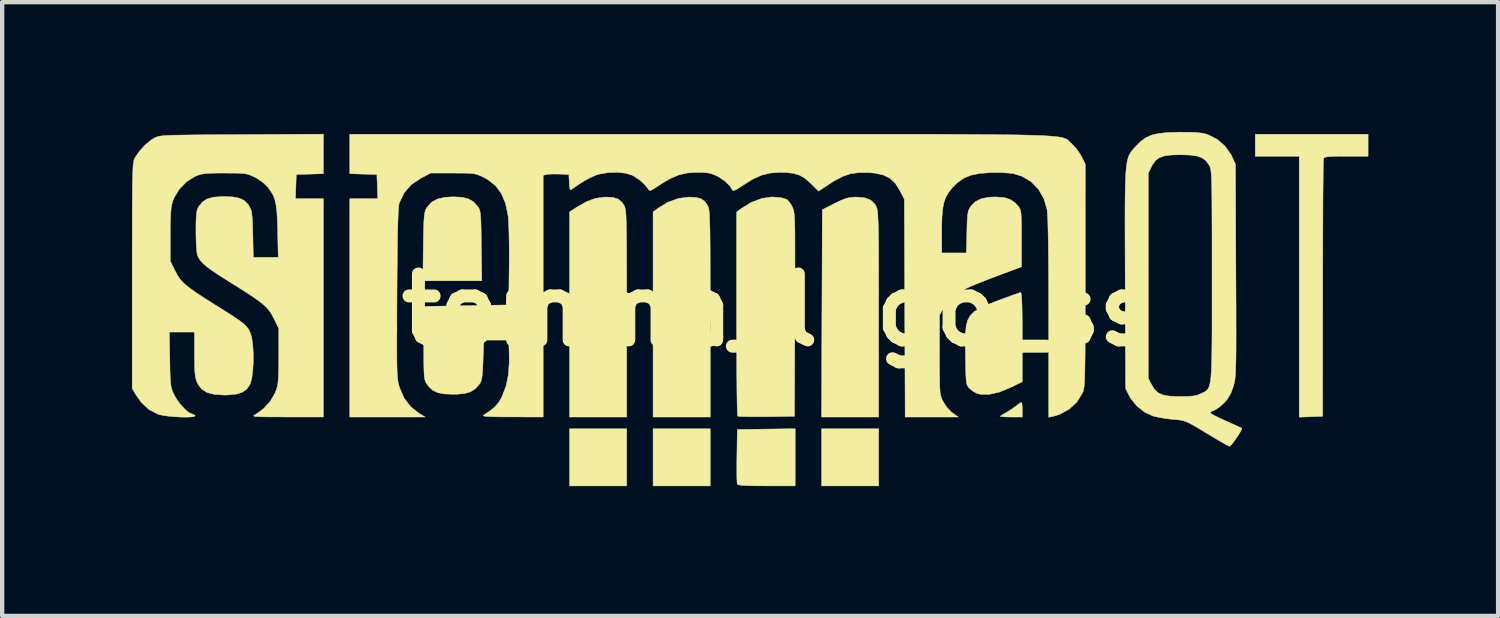
<source format=kicad_pcb>
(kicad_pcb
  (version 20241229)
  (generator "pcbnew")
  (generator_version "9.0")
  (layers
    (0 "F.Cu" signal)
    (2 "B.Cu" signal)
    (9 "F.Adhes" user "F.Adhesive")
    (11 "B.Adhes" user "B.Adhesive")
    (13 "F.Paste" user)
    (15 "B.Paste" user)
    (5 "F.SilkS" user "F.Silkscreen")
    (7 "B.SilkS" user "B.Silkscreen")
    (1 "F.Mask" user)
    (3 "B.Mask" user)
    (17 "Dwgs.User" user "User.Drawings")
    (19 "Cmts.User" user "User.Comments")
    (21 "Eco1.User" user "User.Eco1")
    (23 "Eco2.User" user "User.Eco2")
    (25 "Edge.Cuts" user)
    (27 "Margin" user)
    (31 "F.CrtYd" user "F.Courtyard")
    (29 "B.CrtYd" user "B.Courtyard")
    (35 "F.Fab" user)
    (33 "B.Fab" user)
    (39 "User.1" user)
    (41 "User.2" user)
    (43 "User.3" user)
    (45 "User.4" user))
  (footprint "stemma_logo_ss"
    (layer "F.Cu")
    (at 14.314 4.117)
    (property "Reference" "stemma_logo_ss" (at 0 0 0) (layer "F.SilkS") (effects (font (size 1.524 1.524) (thickness 0.3))))
    (attr through_hole)
    (fp_poly (pts (xy -2.879 4.064) (xy -4.199 4.064) (xy -4.199 2.743) (xy -2.879 2.743) (xy -2.879 4.064)) (stroke (width 0.01) (type solid)) (fill yes) (layer "F.SilkS"))
    (fp_poly (pts (xy -0.948 4.064) (xy -2.269 4.064) (xy -2.269 2.743) (xy -0.948 2.743) (xy -0.948 4.064)) (stroke (width 0.01) (type solid)) (fill yes) (layer "F.SilkS"))
    (fp_poly (pts (xy 2.946 4.064) (xy 1.626 4.064) (xy 1.626 2.743) (xy 2.946 2.743) (xy 2.946 4.064)) (stroke (width 0.01) (type solid)) (fill yes) (layer "F.SilkS"))
    (fp_poly (pts (xy 1.016 4.064) (xy 0.355 4.064) (xy 0.114 4.063) (xy -0.067 4.059) (xy -0.194 4.053) (xy -0.274 4.043) (xy -0.315 4.03) (xy -0.324 4.021) (xy -0.328 3.974) (xy -0.332 3.871) (xy -0.333 3.725) (xy -0.333 3.545) (xy -0.331 3.369) (xy -0.322 2.76) (xy 0.347 2.751) (xy 1.016 2.742) (xy 1.016 4.064)) (stroke (width 0.01) (type solid)) (fill yes) (layer "F.SilkS"))
    (fp_poly (pts (xy 6.257 2.164) (xy 6.264 2.242) (xy 6.265 2.303) (xy 6.265 2.472) (xy 6.011 2.472) (xy 5.89 2.47) (xy 5.8 2.465) (xy 5.758 2.458) (xy 5.757 2.456) (xy 5.784 2.432) (xy 5.851 2.393) (xy 5.867 2.384) (xy 5.966 2.326) (xy 6.075 2.251) (xy 6.101 2.231) (xy 6.178 2.173) (xy 6.233 2.138) (xy 6.245 2.134) (xy 6.257 2.164)) (stroke (width 0.01) (type solid)) (fill yes) (layer "F.SilkS"))
    (fp_poly (pts (xy -1.279 -2.604) (xy -1.164 -2.575) (xy -1.081 -2.516) (xy -1.014 -2.428) (xy -1.002 -2.405) (xy -0.991 -2.378) (xy -0.981 -2.341) (xy -0.974 -2.291) (xy -0.967 -2.222) (xy -0.962 -2.129) (xy -0.958 -2.007) (xy -0.954 -1.852) (xy -0.952 -1.658) (xy -0.95 -1.421) (xy -0.949 -1.136) (xy -0.949 -0.798) (xy -0.948 -0.403) (xy -0.948 0.056) (xy -0.948 0.076) (xy -0.948 2.472) (xy -2.269 2.472) (xy -2.269 -2.266) (xy -2.158 -2.351) (xy -1.926 -2.493) (xy -1.679 -2.582) (xy -1.442 -2.612) (xy -1.279 -2.604)) (stroke (width 0.01) (type solid)) (fill yes) (layer "F.SilkS"))
    (fp_poly (pts (xy 2.619 -2.596) (xy 2.76 -2.543) (xy 2.858 -2.45) (xy 2.891 -2.392) (xy 2.902 -2.364) (xy 2.911 -2.326) (xy 2.919 -2.272) (xy 2.926 -2.199) (xy 2.931 -2.1) (xy 2.936 -1.971) (xy 2.939 -1.808) (xy 2.942 -1.606) (xy 2.944 -1.359) (xy 2.945 -1.064) (xy 2.946 -0.714) (xy 2.946 -0.306) (xy 2.946 0.098) (xy 2.946 2.472) (xy 1.625 2.472) (xy 1.643 -2.32) (xy 1.93 -2.466) (xy 2.08 -2.538) (xy 2.193 -2.582) (xy 2.293 -2.605) (xy 2.4 -2.612) (xy 2.426 -2.612) (xy 2.619 -2.596)) (stroke (width 0.01) (type solid)) (fill yes) (layer "F.SilkS"))
    (fp_poly (pts (xy 14.258 -3.556) (xy 13.753 -3.556) (xy 13.553 -3.555) (xy 13.411 -3.551) (xy 13.316 -3.544) (xy 13.261 -3.531) (xy 13.234 -3.514) (xy 13.23 -3.505) (xy 13.227 -3.464) (xy 13.224 -3.361) (xy 13.221 -3.2) (xy 13.219 -2.985) (xy 13.216 -2.723) (xy 13.214 -2.418) (xy 13.213 -2.076) (xy 13.211 -1.7) (xy 13.21 -1.296) (xy 13.209 -0.869) (xy 13.209 -0.5) (xy 13.208 2.455) (xy 12.937 2.465) (xy 12.666 2.475) (xy 12.666 -3.556) (xy 11.65 -3.556) (xy 11.65 -4.064) (xy 14.258 -4.064) (xy 14.258 -3.556)) (stroke (width 0.01) (type solid)) (fill yes) (layer "F.SilkS"))
    (fp_poly (pts (xy -6.687 -2.607) (xy -6.536 -2.57) (xy -6.419 -2.501) (xy -6.32 -2.394) (xy -6.297 -2.36) (xy -6.28 -2.321) (xy -6.267 -2.267) (xy -6.257 -2.189) (xy -6.25 -2.08) (xy -6.245 -1.928) (xy -6.241 -1.727) (xy -6.238 -1.488) (xy -6.228 -0.677) (xy -7.591 -0.677) (xy -7.58 -1.465) (xy -7.576 -1.719) (xy -7.572 -1.915) (xy -7.566 -2.062) (xy -7.558 -2.169) (xy -7.547 -2.245) (xy -7.532 -2.301) (xy -7.513 -2.345) (xy -7.501 -2.365) (xy -7.4 -2.485) (xy -7.26 -2.565) (xy -7.073 -2.608) (xy -6.887 -2.618) (xy -6.687 -2.607)) (stroke (width 0.01) (type solid)) (fill yes) (layer "F.SilkS"))
    (fp_poly (pts (xy -3.187 -2.602) (xy -3.074 -2.565) (xy -2.989 -2.492) (xy -2.945 -2.428) (xy -2.932 -2.405) (xy -2.921 -2.378) (xy -2.912 -2.341) (xy -2.904 -2.291) (xy -2.897 -2.222) (xy -2.892 -2.129) (xy -2.888 -2.007) (xy -2.885 -1.852) (xy -2.882 -1.658) (xy -2.881 -1.421) (xy -2.88 -1.136) (xy -2.879 -0.798) (xy -2.879 -0.403) (xy -2.879 0.056) (xy -2.879 0.076) (xy -2.879 2.472) (xy -4.199 2.472) (xy -4.199 -2.27) (xy -4.012 -2.39) (xy -3.797 -2.511) (xy -3.599 -2.582) (xy -3.4 -2.611) (xy -3.347 -2.612) (xy -3.187 -2.602)) (stroke (width 0.01) (type solid)) (fill yes) (layer "F.SilkS"))
    (fp_poly (pts (xy 6.242 -0.374) (xy 6.251 -0.278) (xy 6.258 -0.116) (xy 6.262 0.112) (xy 6.265 0.406) (xy 6.265 0.625) (xy 6.265 1.656) (xy 5.986 1.793) (xy 5.734 1.896) (xy 5.505 1.948) (xy 5.306 1.947) (xy 5.231 1.93) (xy 5.133 1.882) (xy 5.044 1.81) (xy 5.044 1.81) (xy 5.016 1.778) (xy 4.995 1.743) (xy 4.979 1.696) (xy 4.969 1.626) (xy 4.962 1.524) (xy 4.957 1.379) (xy 4.953 1.181) (xy 4.951 1.058) (xy 4.948 0.774) (xy 4.951 0.548) (xy 4.968 0.37) (xy 5.004 0.232) (xy 5.064 0.124) (xy 5.155 0.035) (xy 5.283 -0.043) (xy 5.453 -0.121) (xy 5.672 -0.207) (xy 5.747 -0.236) (xy 5.911 -0.297) (xy 6.053 -0.349) (xy 6.161 -0.386) (xy 6.222 -0.405) (xy 6.23 -0.406) (xy 6.242 -0.374)) (stroke (width 0.01) (type solid)) (fill yes) (layer "F.SilkS"))
    (fp_poly (pts (xy 0.701 -2.596) (xy 0.82 -2.558) (xy 0.869 -2.514) (xy 0.925 -2.432) (xy 0.947 -2.39) (xy 0.96 -2.361) (xy 0.972 -2.33) (xy 0.982 -2.292) (xy 0.99 -2.241) (xy 0.997 -2.174) (xy 1.002 -2.085) (xy 1.006 -1.968) (xy 1.009 -1.82) (xy 1.01 -1.635) (xy 1.011 -1.408) (xy 1.011 -1.134) (xy 1.011 -0.808) (xy 1.01 -0.426) (xy 1.008 0.019) (xy 1.008 0.104) (xy 0.999 2.455) (xy 0.353 2.465) (xy 0.151 2.466) (xy -0.028 2.465) (xy -0.173 2.462) (xy -0.272 2.458) (xy -0.315 2.451) (xy -0.315 2.45) (xy -0.319 2.413) (xy -0.323 2.314) (xy -0.326 2.159) (xy -0.33 1.951) (xy -0.332 1.699) (xy -0.335 1.406) (xy -0.336 1.079) (xy -0.338 0.722) (xy -0.339 0.342) (xy -0.339 0.081) (xy -0.339 -2.266) (xy -0.229 -2.348) (xy 0.001 -2.489) (xy 0.24 -2.579) (xy 0.478 -2.615) (xy 0.701 -2.596)) (stroke (width 0.01) (type solid)) (fill yes) (layer "F.SilkS"))
    (fp_poly (pts (xy 10.116 -4.111) (xy 10.273 -4.105) (xy 10.394 -4.093) (xy 10.493 -4.073) (xy 10.564 -4.051) (xy 10.773 -3.944) (xy 10.954 -3.786) (xy 11.091 -3.592) (xy 11.113 -3.547) (xy 11.193 -3.37) (xy 11.202 -0.916) (xy 11.204 -0.449) (xy 11.206 -0.044) (xy 11.206 0.302) (xy 11.207 0.596) (xy 11.206 0.843) (xy 11.205 1.046) (xy 11.202 1.213) (xy 11.198 1.347) (xy 11.194 1.453) (xy 11.188 1.537) (xy 11.18 1.604) (xy 11.171 1.659) (xy 11.16 1.706) (xy 11.147 1.751) (xy 11.141 1.771) (xy 11.083 1.931) (xy 11.009 2.054) (xy 10.922 2.152) (xy 10.828 2.236) (xy 10.738 2.299) (xy 10.686 2.323) (xy 10.624 2.349) (xy 10.608 2.377) (xy 10.641 2.402) (xy 10.724 2.447) (xy 10.844 2.506) (xy 10.973 2.565) (xy 11.115 2.628) (xy 11.232 2.68) (xy 11.312 2.717) (xy 11.341 2.731) (xy 11.333 2.763) (xy 11.295 2.832) (xy 11.238 2.921) (xy 11.175 3.013) (xy 11.115 3.092) (xy 11.071 3.141) (xy 11.057 3.149) (xy 11.018 3.133) (xy 10.932 3.086) (xy 10.808 3.015) (xy 10.658 2.926) (xy 10.531 2.85) (xy 10.352 2.741) (xy 10.217 2.661) (xy 10.114 2.607) (xy 10.031 2.571) (xy 9.955 2.55) (xy 9.871 2.537) (xy 9.769 2.528) (xy 9.753 2.527) (xy 9.592 2.509) (xy 9.431 2.482) (xy 9.301 2.453) (xy 9.287 2.449) (xy 9.091 2.358) (xy 8.913 2.217) (xy 8.771 2.042) (xy 8.732 1.972) (xy 8.653 1.812) (xy 8.643 -0.724) (xy 8.642 -1.222) (xy 8.64 -1.656) (xy 8.639 -2.032) (xy 8.64 -2.355) (xy 8.642 -2.628) (xy 8.646 -2.858) (xy 8.652 -3.049) (xy 8.659 -3.169) (xy 9.178 -3.169) (xy 9.178 1.577) (xy 9.254 1.726) (xy 9.323 1.836) (xy 9.405 1.912) (xy 9.515 1.962) (xy 9.664 1.988) (xy 9.864 1.998) (xy 9.915 1.998) (xy 10.09 1.995) (xy 10.216 1.986) (xy 10.309 1.966) (xy 10.388 1.935) (xy 10.398 1.93) (xy 10.445 1.907) (xy 10.485 1.886) (xy 10.52 1.863) (xy 10.55 1.832) (xy 10.575 1.79) (xy 10.595 1.731) (xy 10.612 1.65) (xy 10.625 1.544) (xy 10.634 1.408) (xy 10.641 1.236) (xy 10.646 1.025) (xy 10.649 0.769) (xy 10.651 0.464) (xy 10.651 0.105) (xy 10.651 -0.312) (xy 10.651 -0.792) (xy 10.651 -0.796) (xy 10.651 -1.261) (xy 10.651 -1.663) (xy 10.65 -2.007) (xy 10.649 -2.298) (xy 10.648 -2.54) (xy 10.646 -2.739) (xy 10.643 -2.899) (xy 10.639 -3.026) (xy 10.634 -3.123) (xy 10.627 -3.196) (xy 10.62 -3.25) (xy 10.611 -3.289) (xy 10.6 -3.319) (xy 10.588 -3.343) (xy 10.582 -3.353) (xy 10.511 -3.45) (xy 10.421 -3.518) (xy 10.301 -3.561) (xy 10.138 -3.583) (xy 9.923 -3.59) (xy 9.708 -3.584) (xy 9.549 -3.563) (xy 9.432 -3.522) (xy 9.345 -3.456) (xy 9.276 -3.361) (xy 9.254 -3.32) (xy 9.178 -3.169) (xy 8.659 -3.169) (xy 8.661 -3.204) (xy 8.673 -3.33) (xy 8.689 -3.431) (xy 8.709 -3.511) (xy 8.732 -3.576) (xy 8.761 -3.629) (xy 8.794 -3.677) (xy 8.833 -3.723) (xy 8.878 -3.772) (xy 8.891 -3.787) (xy 9.006 -3.901) (xy 9.124 -3.986) (xy 9.259 -4.045) (xy 9.424 -4.083) (xy 9.629 -4.104) (xy 9.889 -4.112) (xy 9.906 -4.112) (xy 10.116 -4.111)) (stroke (width 0.01) (type solid)) (fill yes) (layer "F.SilkS"))
    (fp_poly (pts (xy -9.889 -3.152) (xy -10.516 -3.133) (xy -10.525 -2.853) (xy -10.535 -2.574) (xy -9.889 -2.574) (xy -9.889 2.472) (xy -10.727 2.471) (xy -10.986 2.47) (xy -11.184 2.469) (xy -11.327 2.467) (xy -11.424 2.463) (xy -11.479 2.457) (xy -11.501 2.448) (xy -11.495 2.435) (xy -11.47 2.419) (xy -11.453 2.41) (xy -11.272 2.28) (xy -11.115 2.106) (xy -11.003 1.91) (xy -11 1.902) (xy -10.973 1.829) (xy -10.953 1.759) (xy -10.939 1.678) (xy -10.93 1.575) (xy -10.925 1.438) (xy -10.923 1.255) (xy -10.922 1.066) (xy -10.922 0.422) (xy -11.032 0.198) (xy -11.081 0.105) (xy -11.134 0.023) (xy -11.198 -0.054) (xy -11.282 -0.133) (xy -11.391 -0.219) (xy -11.535 -0.319) (xy -11.72 -0.44) (xy -11.955 -0.587) (xy -12.006 -0.619) (xy -12.239 -0.766) (xy -12.421 -0.885) (xy -12.558 -0.983) (xy -12.658 -1.066) (xy -12.727 -1.139) (xy -12.774 -1.207) (xy -12.799 -1.264) (xy -12.813 -1.332) (xy -12.824 -1.453) (xy -12.832 -1.61) (xy -12.835 -1.786) (xy -12.835 -1.823) (xy -12.834 -2.016) (xy -12.829 -2.154) (xy -12.82 -2.252) (xy -12.804 -2.322) (xy -12.779 -2.377) (xy -12.769 -2.394) (xy -12.686 -2.499) (xy -12.577 -2.569) (xy -12.432 -2.609) (xy -12.237 -2.624) (xy -12.192 -2.624) (xy -11.986 -2.616) (xy -11.834 -2.587) (xy -11.721 -2.534) (xy -11.637 -2.451) (xy -11.608 -2.409) (xy -11.579 -2.356) (xy -11.557 -2.299) (xy -11.543 -2.225) (xy -11.533 -2.123) (xy -11.526 -1.978) (xy -11.521 -1.78) (xy -11.52 -1.753) (xy -11.509 -1.219) (xy -10.933 -1.219) (xy -10.946 -1.82) (xy -10.953 -2.076) (xy -10.965 -2.276) (xy -10.984 -2.432) (xy -11.012 -2.555) (xy -11.052 -2.658) (xy -11.107 -2.752) (xy -11.173 -2.841) (xy -11.28 -2.946) (xy -11.42 -3.043) (xy -11.474 -3.072) (xy -11.552 -3.108) (xy -11.621 -3.134) (xy -11.695 -3.151) (xy -11.789 -3.161) (xy -11.916 -3.165) (xy -12.092 -3.166) (xy -12.175 -3.167) (xy -12.376 -3.166) (xy -12.524 -3.162) (xy -12.632 -3.154) (xy -12.716 -3.139) (xy -12.789 -3.117) (xy -12.862 -3.086) (xy -13.054 -2.965) (xy -13.219 -2.795) (xy -13.341 -2.595) (xy -13.367 -2.529) (xy -13.39 -2.451) (xy -13.407 -2.361) (xy -13.418 -2.248) (xy -13.425 -2.099) (xy -13.428 -1.902) (xy -13.428 -1.744) (xy -13.428 -1.133) (xy -13.318 -0.909) (xy -13.269 -0.816) (xy -13.217 -0.735) (xy -13.153 -0.658) (xy -13.07 -0.58) (xy -12.961 -0.495) (xy -12.818 -0.394) (xy -12.633 -0.273) (xy -12.399 -0.125) (xy -12.361 -0.101) (xy -12.142 0.036) (xy -11.973 0.145) (xy -11.846 0.231) (xy -11.754 0.3) (xy -11.688 0.358) (xy -11.642 0.412) (xy -11.607 0.467) (xy -11.579 0.525) (xy -11.545 0.641) (xy -11.522 0.805) (xy -11.51 0.998) (xy -11.51 1.203) (xy -11.521 1.399) (xy -11.543 1.569) (xy -11.576 1.695) (xy -11.584 1.713) (xy -11.658 1.824) (xy -11.763 1.899) (xy -11.909 1.944) (xy -12.105 1.963) (xy -12.184 1.964) (xy -12.409 1.949) (xy -12.58 1.904) (xy -12.704 1.826) (xy -12.79 1.71) (xy -12.802 1.686) (xy -12.828 1.619) (xy -12.847 1.543) (xy -12.859 1.445) (xy -12.865 1.312) (xy -12.868 1.13) (xy -12.869 1.024) (xy -12.869 0.508) (xy -13.45 0.508) (xy -13.439 1.143) (xy -13.435 1.366) (xy -13.43 1.534) (xy -13.423 1.658) (xy -13.412 1.75) (xy -13.396 1.822) (xy -13.373 1.886) (xy -13.342 1.953) (xy -13.333 1.972) (xy -13.264 2.087) (xy -13.174 2.203) (xy -13.077 2.304) (xy -12.987 2.376) (xy -12.918 2.404) (xy -12.916 2.405) (xy -12.861 2.428) (xy -12.852 2.438) (xy -12.869 2.458) (xy -12.939 2.47) (xy -13.049 2.475) (xy -13.184 2.473) (xy -13.331 2.465) (xy -13.475 2.452) (xy -13.604 2.433) (xy -13.702 2.41) (xy -13.71 2.408) (xy -13.919 2.3) (xy -14.1 2.132) (xy -14.218 1.964) (xy -14.309 1.812) (xy -14.309 -0.796) (xy -14.309 -1.279) (xy -14.308 -1.7) (xy -14.308 -2.062) (xy -14.307 -2.37) (xy -14.305 -2.629) (xy -14.303 -2.843) (xy -14.3 -3.017) (xy -14.296 -3.157) (xy -14.292 -3.265) (xy -14.286 -3.348) (xy -14.279 -3.409) (xy -14.271 -3.453) (xy -14.261 -3.486) (xy -14.25 -3.51) (xy -14.247 -3.516) (xy -14.141 -3.672) (xy -14.004 -3.821) (xy -13.858 -3.94) (xy -13.803 -3.973) (xy -13.772 -3.989) (xy -13.74 -4.003) (xy -13.7 -4.014) (xy -13.648 -4.023) (xy -13.577 -4.031) (xy -13.483 -4.037) (xy -13.358 -4.042) (xy -13.199 -4.045) (xy -12.998 -4.048) (xy -12.752 -4.051) (xy -12.452 -4.053) (xy -12.096 -4.055) (xy -11.777 -4.057) (xy -9.889 -4.066) (xy -9.889 -3.152)) (stroke (width 0.01) (type solid)) (fill yes) (layer "F.SilkS"))
    (fp_poly (pts (xy 2.651 -4.064) (xy 3.238 -4.064) (xy 3.772 -4.063) (xy 4.256 -4.063) (xy 4.693 -4.061) (xy 5.085 -4.059) (xy 5.434 -4.057) (xy 5.744 -4.054) (xy 6.017 -4.051) (xy 6.255 -4.047) (xy 6.461 -4.041) (xy 6.638 -4.036) (xy 6.787 -4.029) (xy 6.912 -4.021) (xy 7.015 -4.012) (xy 7.099 -4.002) (xy 7.166 -3.991) (xy 7.218 -3.978) (xy 7.259 -3.964) (xy 7.291 -3.949) (xy 7.316 -3.933) (xy 7.337 -3.914) (xy 7.356 -3.895) (xy 7.377 -3.873) (xy 7.4 -3.85) (xy 7.41 -3.842) (xy 7.506 -3.74) (xy 7.597 -3.614) (xy 7.634 -3.549) (xy 7.722 -3.373) (xy 7.721 -0.798) (xy 7.721 -0.317) (xy 7.72 0.1) (xy 7.72 0.459) (xy 7.718 0.765) (xy 7.717 1.022) (xy 7.714 1.234) (xy 7.711 1.407) (xy 7.707 1.546) (xy 7.703 1.654) (xy 7.697 1.737) (xy 7.69 1.799) (xy 7.681 1.846) (xy 7.671 1.881) (xy 7.66 1.91) (xy 7.658 1.913) (xy 7.526 2.125) (xy 7.345 2.294) (xy 7.127 2.412) (xy 6.985 2.454) (xy 6.875 2.478) (xy 6.875 0.183) (xy 6.874 -0.354) (xy 6.873 -0.828) (xy 6.87 -1.24) (xy 6.865 -1.588) (xy 6.86 -1.871) (xy 6.854 -2.089) (xy 6.846 -2.24) (xy 6.838 -2.324) (xy 6.763 -2.579) (xy 6.637 -2.797) (xy 6.466 -2.97) (xy 6.255 -3.094) (xy 6.073 -3.151) (xy 5.949 -3.167) (xy 5.782 -3.177) (xy 5.598 -3.179) (xy 5.523 -3.177) (xy 5.271 -3.157) (xy 5.07 -3.115) (xy 4.904 -3.045) (xy 4.76 -2.941) (xy 4.656 -2.837) (xy 4.568 -2.728) (xy 4.502 -2.619) (xy 4.456 -2.495) (xy 4.426 -2.345) (xy 4.409 -2.157) (xy 4.403 -1.918) (xy 4.403 -1.823) (xy 4.403 -1.321) (xy 4.972 -1.321) (xy 4.984 -1.803) (xy 4.989 -1.996) (xy 4.996 -2.135) (xy 5.006 -2.231) (xy 5.022 -2.3) (xy 5.046 -2.352) (xy 5.077 -2.4) (xy 5.182 -2.507) (xy 5.322 -2.576) (xy 5.507 -2.61) (xy 5.646 -2.615) (xy 5.843 -2.601) (xy 5.994 -2.554) (xy 6.113 -2.468) (xy 6.177 -2.394) (xy 6.202 -2.356) (xy 6.22 -2.314) (xy 6.233 -2.255) (xy 6.241 -2.171) (xy 6.246 -2.05) (xy 6.248 -1.883) (xy 6.248 -1.658) (xy 6.248 -1.649) (xy 6.248 -1) (xy 5.859 -0.855) (xy 5.542 -0.736) (xy 5.283 -0.635) (xy 5.073 -0.549) (xy 4.907 -0.473) (xy 4.777 -0.403) (xy 4.676 -0.336) (xy 4.597 -0.267) (xy 4.534 -0.193) (xy 4.479 -0.11) (xy 4.453 -0.065) (xy 4.352 0.119) (xy 4.352 1.033) (xy 4.352 1.306) (xy 4.353 1.52) (xy 4.355 1.685) (xy 4.36 1.808) (xy 4.367 1.9) (xy 4.378 1.968) (xy 4.393 2.022) (xy 4.413 2.071) (xy 4.433 2.111) (xy 4.518 2.244) (xy 4.627 2.357) (xy 4.649 2.374) (xy 4.785 2.472) (xy 3.558 2.472) (xy 3.548 -0.045) (xy 3.539 -2.562) (xy 3.437 -2.761) (xy 3.332 -2.928) (xy 3.207 -3.047) (xy 3.049 -3.124) (xy 2.847 -3.166) (xy 2.707 -3.177) (xy 2.484 -3.177) (xy 2.292 -3.15) (xy 2.111 -3.088) (xy 1.918 -2.986) (xy 1.803 -2.912) (xy 1.557 -2.749) (xy 1.379 -2.925) (xy 1.249 -3.04) (xy 1.121 -3.116) (xy 0.974 -3.161) (xy 0.792 -3.18) (xy 0.656 -3.183) (xy 0.437 -3.167) (xy 0.236 -3.117) (xy 0.033 -3.025) (xy -0.189 -2.886) (xy -0.203 -2.876) (xy -0.327 -2.796) (xy -0.403 -2.761) (xy -0.432 -2.77) (xy -0.491 -2.867) (xy -0.596 -2.971) (xy -0.729 -3.065) (xy -0.786 -3.096) (xy -0.889 -3.142) (xy -0.987 -3.168) (xy -1.106 -3.18) (xy -1.251 -3.183) (xy -1.472 -3.169) (xy -1.67 -3.125) (xy -1.865 -3.044) (xy -2.078 -2.919) (xy -2.136 -2.88) (xy -2.244 -2.808) (xy -2.31 -2.771) (xy -2.349 -2.764) (xy -2.373 -2.784) (xy -2.382 -2.799) (xy -2.462 -2.902) (xy -2.581 -3.008) (xy -2.715 -3.097) (xy -2.76 -3.12) (xy -2.914 -3.165) (xy -3.105 -3.184) (xy -3.311 -3.177) (xy -3.506 -3.144) (xy -3.601 -3.115) (xy -3.73 -3.057) (xy -3.876 -2.976) (xy -3.976 -2.912) (xy -4.074 -2.845) (xy -4.147 -2.797) (xy -4.182 -2.777) (xy -4.182 -2.777) (xy -4.192 -2.808) (xy -4.201 -2.886) (xy -4.206 -2.955) (xy -4.216 -3.133) (xy -4.435 -3.143) (xy -4.563 -3.145) (xy -4.673 -3.141) (xy -4.732 -3.134) (xy -4.809 -3.114) (xy -4.809 2.472) (xy -5.529 2.47) (xy -5.772 2.469) (xy -5.953 2.466) (xy -6.08 2.461) (xy -6.157 2.454) (xy -6.192 2.444) (xy -6.19 2.431) (xy -6.185 2.428) (xy -6.032 2.325) (xy -5.924 2.236) (xy -5.845 2.146) (xy -5.781 2.04) (xy -5.753 1.982) (xy -5.667 1.755) (xy -5.615 1.505) (xy -5.594 1.217) (xy -5.595 1.016) (xy -5.605 0.694) (xy -6.181 0.694) (xy -6.198 1.157) (xy -6.206 1.349) (xy -6.215 1.487) (xy -6.228 1.582) (xy -6.247 1.648) (xy -6.273 1.698) (xy -6.286 1.716) (xy -6.382 1.822) (xy -6.493 1.891) (xy -6.635 1.931) (xy -6.823 1.946) (xy -6.892 1.946) (xy -7.093 1.938) (xy -7.243 1.91) (xy -7.357 1.857) (xy -7.449 1.773) (xy -7.49 1.719) (xy -7.515 1.683) (xy -7.533 1.646) (xy -7.547 1.599) (xy -7.557 1.533) (xy -7.563 1.439) (xy -7.567 1.308) (xy -7.569 1.132) (xy -7.569 0.901) (xy -7.569 0.762) (xy -7.569 -0.085) (xy -6.587 -0.102) (xy -5.605 -0.119) (xy -5.595 -1.016) (xy -5.594 -1.273) (xy -5.595 -1.522) (xy -5.599 -1.751) (xy -5.605 -1.948) (xy -5.613 -2.1) (xy -5.62 -2.179) (xy -5.678 -2.46) (xy -5.772 -2.689) (xy -5.908 -2.872) (xy -6.089 -3.016) (xy -6.191 -3.072) (xy -6.269 -3.108) (xy -6.338 -3.134) (xy -6.412 -3.151) (xy -6.505 -3.161) (xy -6.632 -3.165) (xy -6.807 -3.166) (xy -6.895 -3.167) (xy -7.407 -3.167) (xy -7.637 -3.048) (xy -7.856 -2.901) (xy -8.021 -2.713) (xy -8.133 -2.481) (xy -8.135 -2.478) (xy -8.144 -2.43) (xy -8.153 -2.346) (xy -8.16 -2.22) (xy -8.167 -2.05) (xy -8.172 -1.831) (xy -8.177 -1.56) (xy -8.181 -1.233) (xy -8.185 -0.846) (xy -8.188 -0.395) (xy -8.188 -0.389) (xy -8.19 0.025) (xy -8.191 0.377) (xy -8.192 0.674) (xy -8.192 0.919) (xy -8.191 1.12) (xy -8.189 1.282) (xy -8.185 1.411) (xy -8.18 1.512) (xy -8.173 1.591) (xy -8.164 1.654) (xy -8.153 1.707) (xy -8.14 1.755) (xy -8.126 1.799) (xy -8.021 2.04) (xy -7.871 2.234) (xy -7.692 2.376) (xy -7.539 2.472) (xy -9.279 2.472) (xy -9.279 -2.574) (xy -8.956 -2.574) (xy -8.633 -2.574) (xy -8.643 -2.853) (xy -8.653 -3.133) (xy -8.966 -3.142) (xy -9.279 -3.152) (xy -9.279 -4.064) (xy -1.157 -4.064) (xy -0.27 -4.064) (xy 0.551 -4.064) (xy 1.311 -4.064) (xy 2.01 -4.064) (xy 2.651 -4.064)) (stroke (width 0.01) (type solid)) (fill yes) (layer "F.SilkS")))
  (gr_rect
    (start -3 -3)
    (end 31.577 11.186)
    (stroke (width 0.1) (type default))
    (fill no)
    (layer "Edge.Cuts")))
</source>
